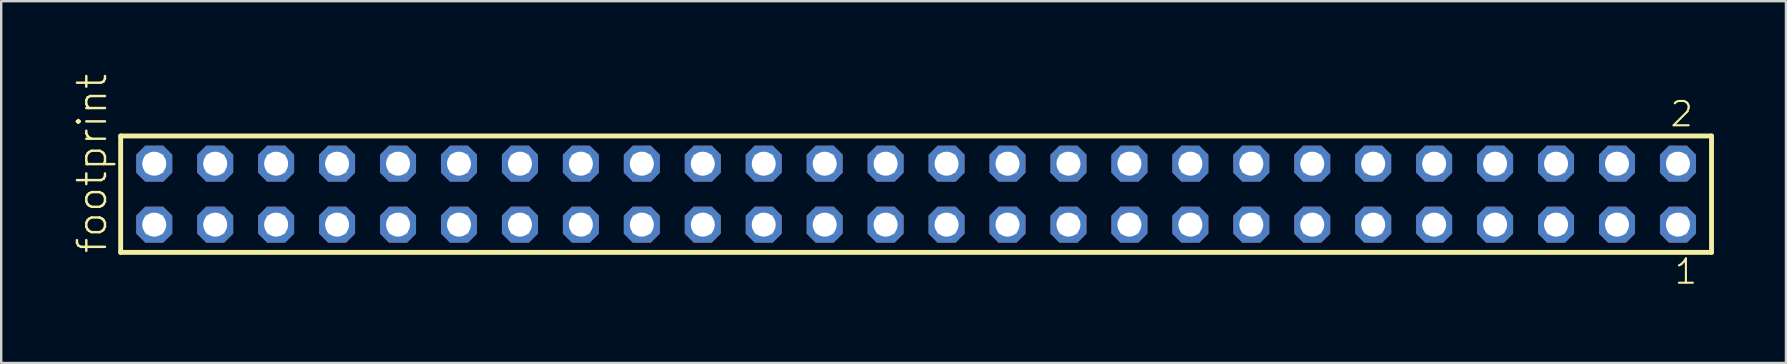
<source format=kicad_pcb>
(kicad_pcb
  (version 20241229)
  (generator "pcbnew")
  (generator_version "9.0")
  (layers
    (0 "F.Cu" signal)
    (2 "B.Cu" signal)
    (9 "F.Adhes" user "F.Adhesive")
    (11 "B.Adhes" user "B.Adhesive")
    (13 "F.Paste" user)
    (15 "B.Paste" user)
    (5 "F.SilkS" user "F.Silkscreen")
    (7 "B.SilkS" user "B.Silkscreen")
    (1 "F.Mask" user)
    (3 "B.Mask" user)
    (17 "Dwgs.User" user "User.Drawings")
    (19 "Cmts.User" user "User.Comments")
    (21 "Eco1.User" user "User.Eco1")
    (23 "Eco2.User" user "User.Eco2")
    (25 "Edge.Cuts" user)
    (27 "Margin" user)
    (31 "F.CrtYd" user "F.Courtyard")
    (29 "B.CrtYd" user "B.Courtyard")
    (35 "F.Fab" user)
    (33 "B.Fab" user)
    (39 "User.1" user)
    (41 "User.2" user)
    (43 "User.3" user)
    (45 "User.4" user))
  (footprint "footprint"
    (layer "F.Cu")
    (at 35.128 5.042)
    (property "Reference" "footprint" (at -33.655 2.54 90) (layer "F.SilkS") (effects (font (size 1.168 1.168) (thickness 0.102)) (justify left bottom)))
    (fp_line (start -33.149 -2.425) (end 33.149 -2.425) (stroke (width 0.203) (type solid)) (layer "F.SilkS"))
    (fp_line (start -33.149 2.425) (end -33.149 -2.425) (stroke (width 0.203) (type solid)) (layer "F.SilkS"))
    (fp_line (start 33.149 -2.425) (end 33.149 2.425) (stroke (width 0.203) (type solid)) (layer "F.SilkS"))
    (fp_line (start 33.149 2.425) (end -33.149 2.425) (stroke (width 0.203) (type solid)) (layer "F.SilkS"))
    (fp_poly (pts (xy -32.1 -0.92) (xy -31.4 -0.92) (xy -31.4 -1.62) (xy -32.1 -1.62)) (stroke (width 0.1) (type solid)) (fill no) (layer "F.Fab"))
    (fp_poly (pts (xy -32.1 1.62) (xy -31.4 1.62) (xy -31.4 0.92) (xy -32.1 0.92)) (stroke (width 0.1) (type solid)) (fill no) (layer "F.Fab"))
    (fp_poly (pts (xy -29.56 -0.92) (xy -28.86 -0.92) (xy -28.86 -1.62) (xy -29.56 -1.62)) (stroke (width 0.1) (type solid)) (fill no) (layer "F.Fab"))
    (fp_poly (pts (xy -29.56 1.62) (xy -28.86 1.62) (xy -28.86 0.92) (xy -29.56 0.92)) (stroke (width 0.1) (type solid)) (fill no) (layer "F.Fab"))
    (fp_poly (pts (xy -27.02 -0.92) (xy -26.32 -0.92) (xy -26.32 -1.62) (xy -27.02 -1.62)) (stroke (width 0.1) (type solid)) (fill no) (layer "F.Fab"))
    (fp_poly (pts (xy -27.02 1.62) (xy -26.32 1.62) (xy -26.32 0.92) (xy -27.02 0.92)) (stroke (width 0.1) (type solid)) (fill no) (layer "F.Fab"))
    (fp_poly (pts (xy -24.48 -0.92) (xy -23.78 -0.92) (xy -23.78 -1.62) (xy -24.48 -1.62)) (stroke (width 0.1) (type solid)) (fill no) (layer "F.Fab"))
    (fp_poly (pts (xy -24.48 1.62) (xy -23.78 1.62) (xy -23.78 0.92) (xy -24.48 0.92)) (stroke (width 0.1) (type solid)) (fill no) (layer "F.Fab"))
    (fp_poly (pts (xy -21.94 -0.92) (xy -21.24 -0.92) (xy -21.24 -1.62) (xy -21.94 -1.62)) (stroke (width 0.1) (type solid)) (fill no) (layer "F.Fab"))
    (fp_poly (pts (xy -21.94 1.62) (xy -21.24 1.62) (xy -21.24 0.92) (xy -21.94 0.92)) (stroke (width 0.1) (type solid)) (fill no) (layer "F.Fab"))
    (fp_poly (pts (xy -19.4 -0.92) (xy -18.7 -0.92) (xy -18.7 -1.62) (xy -19.4 -1.62)) (stroke (width 0.1) (type solid)) (fill no) (layer "F.Fab"))
    (fp_poly (pts (xy -19.4 1.62) (xy -18.7 1.62) (xy -18.7 0.92) (xy -19.4 0.92)) (stroke (width 0.1) (type solid)) (fill no) (layer "F.Fab"))
    (fp_poly (pts (xy -16.86 -0.92) (xy -16.16 -0.92) (xy -16.16 -1.62) (xy -16.86 -1.62)) (stroke (width 0.1) (type solid)) (fill no) (layer "F.Fab"))
    (fp_poly (pts (xy -16.86 1.62) (xy -16.16 1.62) (xy -16.16 0.92) (xy -16.86 0.92)) (stroke (width 0.1) (type solid)) (fill no) (layer "F.Fab"))
    (fp_poly (pts (xy -14.32 -0.92) (xy -13.62 -0.92) (xy -13.62 -1.62) (xy -14.32 -1.62)) (stroke (width 0.1) (type solid)) (fill no) (layer "F.Fab"))
    (fp_poly (pts (xy -14.32 1.62) (xy -13.62 1.62) (xy -13.62 0.92) (xy -14.32 0.92)) (stroke (width 0.1) (type solid)) (fill no) (layer "F.Fab"))
    (fp_poly (pts (xy -11.78 -0.92) (xy -11.08 -0.92) (xy -11.08 -1.62) (xy -11.78 -1.62)) (stroke (width 0.1) (type solid)) (fill no) (layer "F.Fab"))
    (fp_poly (pts (xy -11.78 1.62) (xy -11.08 1.62) (xy -11.08 0.92) (xy -11.78 0.92)) (stroke (width 0.1) (type solid)) (fill no) (layer "F.Fab"))
    (fp_poly (pts (xy -9.24 -0.92) (xy -8.54 -0.92) (xy -8.54 -1.62) (xy -9.24 -1.62)) (stroke (width 0.1) (type solid)) (fill no) (layer "F.Fab"))
    (fp_poly (pts (xy -9.24 1.62) (xy -8.54 1.62) (xy -8.54 0.92) (xy -9.24 0.92)) (stroke (width 0.1) (type solid)) (fill no) (layer "F.Fab"))
    (fp_poly (pts (xy -6.7 -0.92) (xy -6 -0.92) (xy -6 -1.62) (xy -6.7 -1.62)) (stroke (width 0.1) (type solid)) (fill no) (layer "F.Fab"))
    (fp_poly (pts (xy -6.7 1.62) (xy -6 1.62) (xy -6 0.92) (xy -6.7 0.92)) (stroke (width 0.1) (type solid)) (fill no) (layer "F.Fab"))
    (fp_poly (pts (xy -4.16 -0.92) (xy -3.46 -0.92) (xy -3.46 -1.62) (xy -4.16 -1.62)) (stroke (width 0.1) (type solid)) (fill no) (layer "F.Fab"))
    (fp_poly (pts (xy -4.16 1.62) (xy -3.46 1.62) (xy -3.46 0.92) (xy -4.16 0.92)) (stroke (width 0.1) (type solid)) (fill no) (layer "F.Fab"))
    (fp_poly (pts (xy -1.62 -0.92) (xy -0.92 -0.92) (xy -0.92 -1.62) (xy -1.62 -1.62)) (stroke (width 0.1) (type solid)) (fill no) (layer "F.Fab"))
    (fp_poly (pts (xy -1.62 1.62) (xy -0.92 1.62) (xy -0.92 0.92) (xy -1.62 0.92)) (stroke (width 0.1) (type solid)) (fill no) (layer "F.Fab"))
    (fp_poly (pts (xy 0.92 -0.92) (xy 1.62 -0.92) (xy 1.62 -1.62) (xy 0.92 -1.62)) (stroke (width 0.1) (type solid)) (fill no) (layer "F.Fab"))
    (fp_poly (pts (xy 0.92 1.62) (xy 1.62 1.62) (xy 1.62 0.92) (xy 0.92 0.92)) (stroke (width 0.1) (type solid)) (fill no) (layer "F.Fab"))
    (fp_poly (pts (xy 3.46 -0.92) (xy 4.16 -0.92) (xy 4.16 -1.62) (xy 3.46 -1.62)) (stroke (width 0.1) (type solid)) (fill no) (layer "F.Fab"))
    (fp_poly (pts (xy 3.46 1.62) (xy 4.16 1.62) (xy 4.16 0.92) (xy 3.46 0.92)) (stroke (width 0.1) (type solid)) (fill no) (layer "F.Fab"))
    (fp_poly (pts (xy 6 -0.92) (xy 6.7 -0.92) (xy 6.7 -1.62) (xy 6 -1.62)) (stroke (width 0.1) (type solid)) (fill no) (layer "F.Fab"))
    (fp_poly (pts (xy 6 1.62) (xy 6.7 1.62) (xy 6.7 0.92) (xy 6 0.92)) (stroke (width 0.1) (type solid)) (fill no) (layer "F.Fab"))
    (fp_poly (pts (xy 8.54 -0.92) (xy 9.24 -0.92) (xy 9.24 -1.62) (xy 8.54 -1.62)) (stroke (width 0.1) (type solid)) (fill no) (layer "F.Fab"))
    (fp_poly (pts (xy 8.54 1.62) (xy 9.24 1.62) (xy 9.24 0.92) (xy 8.54 0.92)) (stroke (width 0.1) (type solid)) (fill no) (layer "F.Fab"))
    (fp_poly (pts (xy 11.08 -0.92) (xy 11.78 -0.92) (xy 11.78 -1.62) (xy 11.08 -1.62)) (stroke (width 0.1) (type solid)) (fill no) (layer "F.Fab"))
    (fp_poly (pts (xy 11.08 1.62) (xy 11.78 1.62) (xy 11.78 0.92) (xy 11.08 0.92)) (stroke (width 0.1) (type solid)) (fill no) (layer "F.Fab"))
    (fp_poly (pts (xy 13.62 -0.92) (xy 14.32 -0.92) (xy 14.32 -1.62) (xy 13.62 -1.62)) (stroke (width 0.1) (type solid)) (fill no) (layer "F.Fab"))
    (fp_poly (pts (xy 13.62 1.62) (xy 14.32 1.62) (xy 14.32 0.92) (xy 13.62 0.92)) (stroke (width 0.1) (type solid)) (fill no) (layer "F.Fab"))
    (fp_poly (pts (xy 16.16 -0.92) (xy 16.86 -0.92) (xy 16.86 -1.62) (xy 16.16 -1.62)) (stroke (width 0.1) (type solid)) (fill no) (layer "F.Fab"))
    (fp_poly (pts (xy 16.16 1.62) (xy 16.86 1.62) (xy 16.86 0.92) (xy 16.16 0.92)) (stroke (width 0.1) (type solid)) (fill no) (layer "F.Fab"))
    (fp_poly (pts (xy 18.7 -0.92) (xy 19.4 -0.92) (xy 19.4 -1.62) (xy 18.7 -1.62)) (stroke (width 0.1) (type solid)) (fill no) (layer "F.Fab"))
    (fp_poly (pts (xy 18.7 1.62) (xy 19.4 1.62) (xy 19.4 0.92) (xy 18.7 0.92)) (stroke (width 0.1) (type solid)) (fill no) (layer "F.Fab"))
    (fp_poly (pts (xy 21.24 -0.92) (xy 21.94 -0.92) (xy 21.94 -1.62) (xy 21.24 -1.62)) (stroke (width 0.1) (type solid)) (fill no) (layer "F.Fab"))
    (fp_poly (pts (xy 21.24 1.62) (xy 21.94 1.62) (xy 21.94 0.92) (xy 21.24 0.92)) (stroke (width 0.1) (type solid)) (fill no) (layer "F.Fab"))
    (fp_poly (pts (xy 23.78 -0.92) (xy 24.48 -0.92) (xy 24.48 -1.62) (xy 23.78 -1.62)) (stroke (width 0.1) (type solid)) (fill no) (layer "F.Fab"))
    (fp_poly (pts (xy 23.78 1.62) (xy 24.48 1.62) (xy 24.48 0.92) (xy 23.78 0.92)) (stroke (width 0.1) (type solid)) (fill no) (layer "F.Fab"))
    (fp_poly (pts (xy 26.32 -0.92) (xy 27.02 -0.92) (xy 27.02 -1.62) (xy 26.32 -1.62)) (stroke (width 0.1) (type solid)) (fill no) (layer "F.Fab"))
    (fp_poly (pts (xy 26.32 1.62) (xy 27.02 1.62) (xy 27.02 0.92) (xy 26.32 0.92)) (stroke (width 0.1) (type solid)) (fill no) (layer "F.Fab"))
    (fp_poly (pts (xy 28.86 -0.92) (xy 29.56 -0.92) (xy 29.56 -1.62) (xy 28.86 -1.62)) (stroke (width 0.1) (type solid)) (fill no) (layer "F.Fab"))
    (fp_poly (pts (xy 28.86 1.62) (xy 29.56 1.62) (xy 29.56 0.92) (xy 28.86 0.92)) (stroke (width 0.1) (type solid)) (fill no) (layer "F.Fab"))
    (fp_poly (pts (xy 31.4 -0.92) (xy 32.1 -0.92) (xy 32.1 -1.62) (xy 31.4 -1.62)) (stroke (width 0.1) (type solid)) (fill no) (layer "F.Fab"))
    (fp_poly (pts (xy 31.4 1.62) (xy 32.1 1.62) (xy 32.1 0.92) (xy 31.4 0.92)) (stroke (width 0.1) (type solid)) (fill no) (layer "F.Fab"))
    (fp_text user "2" (at 31.367 -2.744 0) (layer "F.SilkS") (effects (font (size 1.012 1.012) (thickness 0.088)) (justify left bottom)))
    (fp_text user "1" (at 31.542 3.818 0) (layer "F.SilkS") (effects (font (size 1.012 1.012) (thickness 0.088)) (justify left bottom)))
    (pad "1" thru_hole roundrect (at 31.75 1.27 180) (size 1.5 1.5) (drill 1) (layers "*.Cu" "*.Mask") (roundrect_rratio 0.25) (chamfer_ratio 0.25) (chamfer top_left top_right bottom_left bottom_right))
    (pad "2" thru_hole roundrect (at 31.75 -1.27 180) (size 1.5 1.5) (drill 1) (layers "*.Cu" "*.Mask") (roundrect_rratio 0.25) (chamfer_ratio 0.25) (chamfer top_left top_right bottom_left bottom_right))
    (pad "3" thru_hole roundrect (at 29.21 1.27 180) (size 1.5 1.5) (drill 1) (layers "*.Cu" "*.Mask") (roundrect_rratio 0.25) (chamfer_ratio 0.25) (chamfer top_left top_right bottom_left bottom_right))
    (pad "4" thru_hole roundrect (at 29.21 -1.27 180) (size 1.5 1.5) (drill 1) (layers "*.Cu" "*.Mask") (roundrect_rratio 0.25) (chamfer_ratio 0.25) (chamfer top_left top_right bottom_left bottom_right))
    (pad "5" thru_hole roundrect (at 26.67 1.27 180) (size 1.5 1.5) (drill 1) (layers "*.Cu" "*.Mask") (roundrect_rratio 0.25) (chamfer_ratio 0.25) (chamfer top_left top_right bottom_left bottom_right))
    (pad "6" thru_hole roundrect (at 26.67 -1.27 180) (size 1.5 1.5) (drill 1) (layers "*.Cu" "*.Mask") (roundrect_rratio 0.25) (chamfer_ratio 0.25) (chamfer top_left top_right bottom_left bottom_right))
    (pad "7" thru_hole roundrect (at 24.13 1.27 180) (size 1.5 1.5) (drill 1) (layers "*.Cu" "*.Mask") (roundrect_rratio 0.25) (chamfer_ratio 0.25) (chamfer top_left top_right bottom_left bottom_right))
    (pad "8" thru_hole roundrect (at 24.13 -1.27 180) (size 1.5 1.5) (drill 1) (layers "*.Cu" "*.Mask") (roundrect_rratio 0.25) (chamfer_ratio 0.25) (chamfer top_left top_right bottom_left bottom_right))
    (pad "9" thru_hole roundrect (at 21.59 1.27 180) (size 1.5 1.5) (drill 1) (layers "*.Cu" "*.Mask") (roundrect_rratio 0.25) (chamfer_ratio 0.25) (chamfer top_left top_right bottom_left bottom_right))
    (pad "10" thru_hole roundrect (at 21.59 -1.27 180) (size 1.5 1.5) (drill 1) (layers "*.Cu" "*.Mask") (roundrect_rratio 0.25) (chamfer_ratio 0.25) (chamfer top_left top_right bottom_left bottom_right))
    (pad "11" thru_hole roundrect (at 19.05 1.27 180) (size 1.5 1.5) (drill 1) (layers "*.Cu" "*.Mask") (roundrect_rratio 0.25) (chamfer_ratio 0.25) (chamfer top_left top_right bottom_left bottom_right))
    (pad "12" thru_hole roundrect (at 19.05 -1.27 180) (size 1.5 1.5) (drill 1) (layers "*.Cu" "*.Mask") (roundrect_rratio 0.25) (chamfer_ratio 0.25) (chamfer top_left top_right bottom_left bottom_right))
    (pad "13" thru_hole roundrect (at 16.51 1.27 180) (size 1.5 1.5) (drill 1) (layers "*.Cu" "*.Mask") (roundrect_rratio 0.25) (chamfer_ratio 0.25) (chamfer top_left top_right bottom_left bottom_right))
    (pad "14" thru_hole roundrect (at 16.51 -1.27 180) (size 1.5 1.5) (drill 1) (layers "*.Cu" "*.Mask") (roundrect_rratio 0.25) (chamfer_ratio 0.25) (chamfer top_left top_right bottom_left bottom_right))
    (pad "15" thru_hole roundrect (at 13.97 1.27 180) (size 1.5 1.5) (drill 1) (layers "*.Cu" "*.Mask") (roundrect_rratio 0.25) (chamfer_ratio 0.25) (chamfer top_left top_right bottom_left bottom_right))
    (pad "16" thru_hole roundrect (at 13.97 -1.27 180) (size 1.5 1.5) (drill 1) (layers "*.Cu" "*.Mask") (roundrect_rratio 0.25) (chamfer_ratio 0.25) (chamfer top_left top_right bottom_left bottom_right))
    (pad "17" thru_hole roundrect (at 11.43 1.27 180) (size 1.5 1.5) (drill 1) (layers "*.Cu" "*.Mask") (roundrect_rratio 0.25) (chamfer_ratio 0.25) (chamfer top_left top_right bottom_left bottom_right))
    (pad "18" thru_hole roundrect (at 11.43 -1.27 180) (size 1.5 1.5) (drill 1) (layers "*.Cu" "*.Mask") (roundrect_rratio 0.25) (chamfer_ratio 0.25) (chamfer top_left top_right bottom_left bottom_right))
    (pad "19" thru_hole roundrect (at 8.89 1.27 180) (size 1.5 1.5) (drill 1) (layers "*.Cu" "*.Mask") (roundrect_rratio 0.25) (chamfer_ratio 0.25) (chamfer top_left top_right bottom_left bottom_right))
    (pad "20" thru_hole roundrect (at 8.89 -1.27 180) (size 1.5 1.5) (drill 1) (layers "*.Cu" "*.Mask") (roundrect_rratio 0.25) (chamfer_ratio 0.25) (chamfer top_left top_right bottom_left bottom_right))
    (pad "21" thru_hole roundrect (at 6.35 1.27 180) (size 1.5 1.5) (drill 1) (layers "*.Cu" "*.Mask") (roundrect_rratio 0.25) (chamfer_ratio 0.25) (chamfer top_left top_right bottom_left bottom_right))
    (pad "22" thru_hole roundrect (at 6.35 -1.27 180) (size 1.5 1.5) (drill 1) (layers "*.Cu" "*.Mask") (roundrect_rratio 0.25) (chamfer_ratio 0.25) (chamfer top_left top_right bottom_left bottom_right))
    (pad "23" thru_hole roundrect (at 3.81 1.27 180) (size 1.5 1.5) (drill 1) (layers "*.Cu" "*.Mask") (roundrect_rratio 0.25) (chamfer_ratio 0.25) (chamfer top_left top_right bottom_left bottom_right))
    (pad "24" thru_hole roundrect (at 3.81 -1.27 180) (size 1.5 1.5) (drill 1) (layers "*.Cu" "*.Mask") (roundrect_rratio 0.25) (chamfer_ratio 0.25) (chamfer top_left top_right bottom_left bottom_right))
    (pad "25" thru_hole roundrect (at 1.27 1.27 180) (size 1.5 1.5) (drill 1) (layers "*.Cu" "*.Mask") (roundrect_rratio 0.25) (chamfer_ratio 0.25) (chamfer top_left top_right bottom_left bottom_right))
    (pad "26" thru_hole roundrect (at 1.27 -1.27 180) (size 1.5 1.5) (drill 1) (layers "*.Cu" "*.Mask") (roundrect_rratio 0.25) (chamfer_ratio 0.25) (chamfer top_left top_right bottom_left bottom_right))
    (pad "27" thru_hole roundrect (at -1.27 1.27 180) (size 1.5 1.5) (drill 1) (layers "*.Cu" "*.Mask") (roundrect_rratio 0.25) (chamfer_ratio 0.25) (chamfer top_left top_right bottom_left bottom_right))
    (pad "28" thru_hole roundrect (at -1.27 -1.27 180) (size 1.5 1.5) (drill 1) (layers "*.Cu" "*.Mask") (roundrect_rratio 0.25) (chamfer_ratio 0.25) (chamfer top_left top_right bottom_left bottom_right))
    (pad "29" thru_hole roundrect (at -3.81 1.27 180) (size 1.5 1.5) (drill 1) (layers "*.Cu" "*.Mask") (roundrect_rratio 0.25) (chamfer_ratio 0.25) (chamfer top_left top_right bottom_left bottom_right))
    (pad "30" thru_hole roundrect (at -3.81 -1.27 180) (size 1.5 1.5) (drill 1) (layers "*.Cu" "*.Mask") (roundrect_rratio 0.25) (chamfer_ratio 0.25) (chamfer top_left top_right bottom_left bottom_right))
    (pad "31" thru_hole roundrect (at -6.35 1.27 180) (size 1.5 1.5) (drill 1) (layers "*.Cu" "*.Mask") (roundrect_rratio 0.25) (chamfer_ratio 0.25) (chamfer top_left top_right bottom_left bottom_right))
    (pad "32" thru_hole roundrect (at -6.35 -1.27 180) (size 1.5 1.5) (drill 1) (layers "*.Cu" "*.Mask") (roundrect_rratio 0.25) (chamfer_ratio 0.25) (chamfer top_left top_right bottom_left bottom_right))
    (pad "33" thru_hole roundrect (at -8.89 1.27 180) (size 1.5 1.5) (drill 1) (layers "*.Cu" "*.Mask") (roundrect_rratio 0.25) (chamfer_ratio 0.25) (chamfer top_left top_right bottom_left bottom_right))
    (pad "34" thru_hole roundrect (at -8.89 -1.27 180) (size 1.5 1.5) (drill 1) (layers "*.Cu" "*.Mask") (roundrect_rratio 0.25) (chamfer_ratio 0.25) (chamfer top_left top_right bottom_left bottom_right))
    (pad "35" thru_hole roundrect (at -11.43 1.27 180) (size 1.5 1.5) (drill 1) (layers "*.Cu" "*.Mask") (roundrect_rratio 0.25) (chamfer_ratio 0.25) (chamfer top_left top_right bottom_left bottom_right))
    (pad "36" thru_hole roundrect (at -11.43 -1.27 180) (size 1.5 1.5) (drill 1) (layers "*.Cu" "*.Mask") (roundrect_rratio 0.25) (chamfer_ratio 0.25) (chamfer top_left top_right bottom_left bottom_right))
    (pad "37" thru_hole roundrect (at -13.97 1.27 180) (size 1.5 1.5) (drill 1) (layers "*.Cu" "*.Mask") (roundrect_rratio 0.25) (chamfer_ratio 0.25) (chamfer top_left top_right bottom_left bottom_right))
    (pad "38" thru_hole roundrect (at -13.97 -1.27 180) (size 1.5 1.5) (drill 1) (layers "*.Cu" "*.Mask") (roundrect_rratio 0.25) (chamfer_ratio 0.25) (chamfer top_left top_right bottom_left bottom_right))
    (pad "39" thru_hole roundrect (at -16.51 1.27 180) (size 1.5 1.5) (drill 1) (layers "*.Cu" "*.Mask") (roundrect_rratio 0.25) (chamfer_ratio 0.25) (chamfer top_left top_right bottom_left bottom_right))
    (pad "40" thru_hole roundrect (at -16.51 -1.27 180) (size 1.5 1.5) (drill 1) (layers "*.Cu" "*.Mask") (roundrect_rratio 0.25) (chamfer_ratio 0.25) (chamfer top_left top_right bottom_left bottom_right))
    (pad "41" thru_hole roundrect (at -19.05 1.27 180) (size 1.5 1.5) (drill 1) (layers "*.Cu" "*.Mask") (roundrect_rratio 0.25) (chamfer_ratio 0.25) (chamfer top_left top_right bottom_left bottom_right))
    (pad "42" thru_hole roundrect (at -19.05 -1.27 180) (size 1.5 1.5) (drill 1) (layers "*.Cu" "*.Mask") (roundrect_rratio 0.25) (chamfer_ratio 0.25) (chamfer top_left top_right bottom_left bottom_right))
    (pad "43" thru_hole roundrect (at -21.59 1.27 180) (size 1.5 1.5) (drill 1) (layers "*.Cu" "*.Mask") (roundrect_rratio 0.25) (chamfer_ratio 0.25) (chamfer top_left top_right bottom_left bottom_right))
    (pad "44" thru_hole roundrect (at -21.59 -1.27 180) (size 1.5 1.5) (drill 1) (layers "*.Cu" "*.Mask") (roundrect_rratio 0.25) (chamfer_ratio 0.25) (chamfer top_left top_right bottom_left bottom_right))
    (pad "45" thru_hole roundrect (at -24.13 1.27 180) (size 1.5 1.5) (drill 1) (layers "*.Cu" "*.Mask") (roundrect_rratio 0.25) (chamfer_ratio 0.25) (chamfer top_left top_right bottom_left bottom_right))
    (pad "46" thru_hole roundrect (at -24.13 -1.27 180) (size 1.5 1.5) (drill 1) (layers "*.Cu" "*.Mask") (roundrect_rratio 0.25) (chamfer_ratio 0.25) (chamfer top_left top_right bottom_left bottom_right))
    (pad "47" thru_hole roundrect (at -26.67 1.27 180) (size 1.5 1.5) (drill 1) (layers "*.Cu" "*.Mask") (roundrect_rratio 0.25) (chamfer_ratio 0.25) (chamfer top_left top_right bottom_left bottom_right))
    (pad "48" thru_hole roundrect (at -26.67 -1.27 180) (size 1.5 1.5) (drill 1) (layers "*.Cu" "*.Mask") (roundrect_rratio 0.25) (chamfer_ratio 0.25) (chamfer top_left top_right bottom_left bottom_right))
    (pad "49" thru_hole roundrect (at -29.21 1.27 180) (size 1.5 1.5) (drill 1) (layers "*.Cu" "*.Mask") (roundrect_rratio 0.25) (chamfer_ratio 0.25) (chamfer top_left top_right bottom_left bottom_right))
    (pad "50" thru_hole roundrect (at -29.21 -1.27 180) (size 1.5 1.5) (drill 1) (layers "*.Cu" "*.Mask") (roundrect_rratio 0.25) (chamfer_ratio 0.25) (chamfer top_left top_right bottom_left bottom_right))
    (pad "51" thru_hole roundrect (at -31.75 1.27 180) (size 1.5 1.5) (drill 1) (layers "*.Cu" "*.Mask") (roundrect_rratio 0.25) (chamfer_ratio 0.25) (chamfer top_left top_right bottom_left bottom_right))
    (pad "52" thru_hole roundrect (at -31.75 -1.27 180) (size 1.5 1.5) (drill 1) (layers "*.Cu" "*.Mask") (roundrect_rratio 0.25) (chamfer_ratio 0.25) (chamfer top_left top_right bottom_left bottom_right)))
  (gr_rect
    (start -3 -3)
    (end 71.379 12.077)
    (stroke (width 0.1) (type default))
    (fill no)
    (layer "Edge.Cuts")))
</source>
